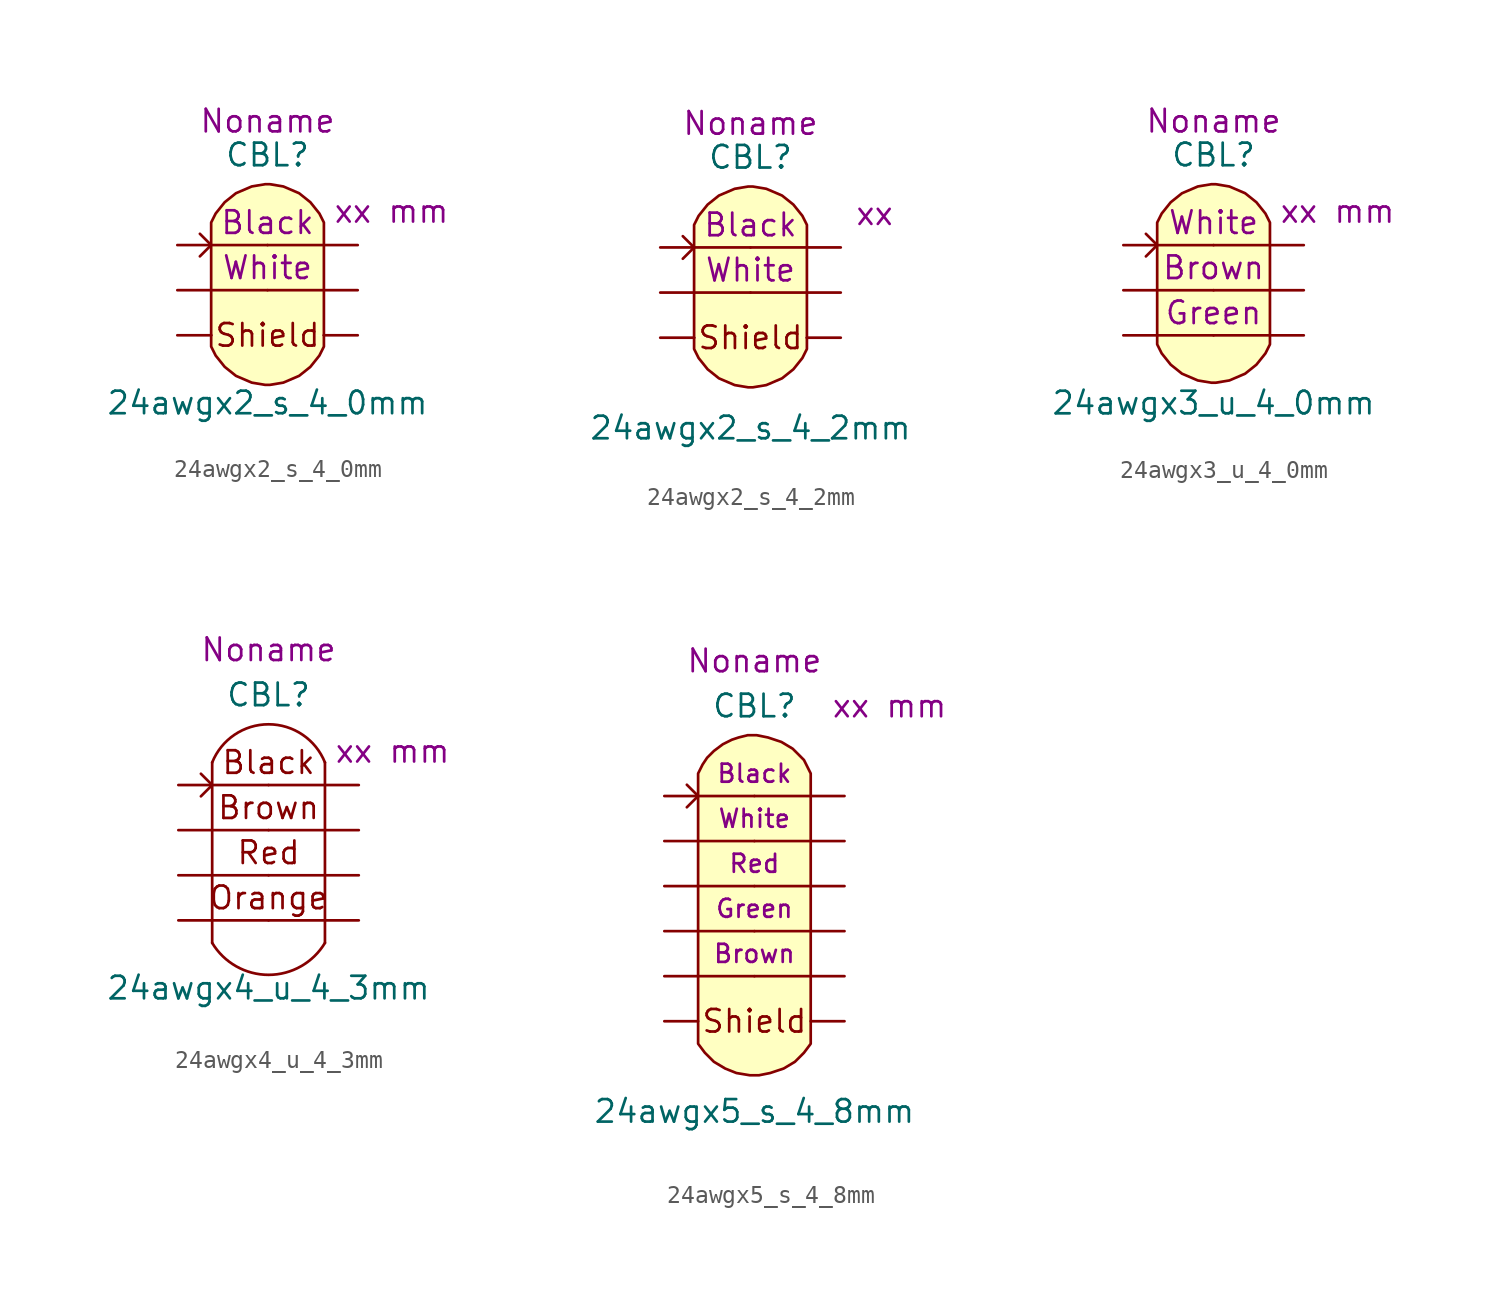
<source format=kicad_sym>
(kicad_symbol_lib
  (version 20220914)
  (generator kicad_symbol_editor)
  (symbol "24awgx2_s_4_0mm"
    (pin_numbers hide)
    (pin_names hide)
    (property "Reference" "CBL"
      (at 0 7.62 0)
      (effects (font (size 1.27 1.27))))
    (property "Value" "24awgx2_s_4_0mm"
      (at 0 -6.35 0)
      (effects (font (size 1.27 1.27))))
    (property "color1" "Black"
      (at 0 3.81 0)
      (effects (font (size 1.27 1.27))))
    (property "color2" "White"
      (at 0 1.27 0)
      (effects (font (size 1.27 1.27))))
    (property "Length" "xx mm"
      (at 6.985 4.445 0)
      (effects (font (size 1.27 1.27))))
    (property "Harness_name" "Noname"
      (at 0 9.525 0)
      (effects (font (size 1.27 1.27))))
    (symbol "24awgx2_s_4_0mm_0_1"
      (polyline (pts (xy -3.81 3.175) (xy -3.175 2.54) (xy -3.81 1.905)) (stroke (width 0) (type default)) (fill (type none)))
      (polyline (pts (xy -3.175 -2.54) (xy -3.175 3.81) (xy -2.921 4.318) (xy -2.413 4.953) (xy -1.778 5.461) (xy -0.889 5.842) (xy -0.127 5.969) (xy 0.127 5.969) (xy 0.889 5.842) (xy 1.778 5.461) (xy 2.413 4.953) (xy 2.921 4.318) (xy 3.175 3.81) (xy 3.175 -2.54)) (stroke (width 0.152) (type default)) (fill (type background)))
      (polyline (pts (xy 3.175 -2.54) (xy 3.175 -3.175) (xy 2.921 -3.683) (xy 2.413 -4.318) (xy 1.778 -4.826) (xy 0.889 -5.207) (xy 0.127 -5.334) (xy -0.127 -5.334) (xy -0.889 -5.207) (xy -1.778 -4.826) (xy -2.413 -4.318) (xy -2.921 -3.683) (xy -3.175 -3.175) (xy -3.175 -2.54)) (stroke (width 0.152) (type default)) (fill (type background))))
    (symbol "24awgx2_s_4_0mm_1_1"
      (text "Shield" (at 0 -2.54 0) (effects (font (size 1.27 1.27))))
      (pin passive line (at -5.08 2.54 0) (length 5.08) (name "C1.1" (effects (font (size 1.27 1.27)))) (number "1" (effects (font (size 1.27 1.27)))))
      (pin passive line (at 5.08 2.54 180) (length 5.08) (name "C1.2" (effects (font (size 1.27 1.27)))) (number "2" (effects (font (size 1.27 1.27)))))
      (pin passive line (at -5.08 0 0) (length 5.08) (name "C2.1" (effects (font (size 1.27 1.27)))) (number "3" (effects (font (size 1.27 1.27)))))
      (pin passive line (at 5.08 0 180) (length 5.08) (name "C2.2" (effects (font (size 1.27 1.27)))) (number "4" (effects (font (size 1.27 1.27)))))
      (pin passive line (at -5.08 -2.54 0) (length 1.905) (name "C3.1" (effects (font (size 1.27 1.27)))) (number "5" (effects (font (size 1.27 1.27)))))
      (pin passive line (at 5.08 -2.54 180) (length 1.905) (name "C3.2" (effects (font (size 1.27 1.27)))) (number "6" (effects (font (size 1.27 1.27)))))))
  (symbol "24awgx2_s_4_2mm"
    (pin_numbers hide)
    (pin_names hide)
    (property "Reference" "CBL"
      (at 0 7.62 0)
      (effects (font (size 1.27 1.27))))
    (property "Value" "24awgx2_s_4_2mm"
      (at 0 -7.62 0)
      (effects (font (size 1.27 1.27))))
    (property "color1" "Black"
      (at 0 3.81 0)
      (effects (font (size 1.27 1.27))))
    (property "color2" "White"
      (at 0 1.27 0)
      (effects (font (size 1.27 1.27))))
    (property "Length" "xx"
      (at 6.985 4.445 0)
      (effects (font (size 1.27 1.27))))
    (property "Harness_name" "Noname"
      (at 0 9.525 0)
      (effects (font (size 1.27 1.27))))
    (symbol "24awgx2_s_4_2mm_0_1"
      (polyline (pts (xy -3.81 3.175) (xy -3.175 2.54) (xy -3.81 1.905)) (stroke (width 0) (type default)) (fill (type none)))
      (polyline (pts (xy -3.175 -2.54) (xy -3.175 3.81) (xy -2.921 4.318) (xy -2.413 4.953) (xy -1.778 5.461) (xy -0.889 5.842) (xy -0.127 5.969) (xy 0.127 5.969) (xy 0.889 5.842) (xy 1.778 5.461) (xy 2.413 4.953) (xy 2.921 4.318) (xy 3.175 3.81) (xy 3.175 -2.54)) (stroke (width 0.152) (type default)) (fill (type background)))
      (polyline (pts (xy 3.175 -2.54) (xy 3.175 -3.175) (xy 2.921 -3.683) (xy 2.413 -4.318) (xy 1.778 -4.826) (xy 0.889 -5.207) (xy 0.127 -5.334) (xy -0.127 -5.334) (xy -0.889 -5.207) (xy -1.778 -4.826) (xy -2.413 -4.318) (xy -2.921 -3.683) (xy -3.175 -3.175) (xy -3.175 -2.54)) (stroke (width 0.152) (type default)) (fill (type background))))
    (symbol "24awgx2_s_4_2mm_1_1"
      (text "Shield" (at 0 -2.54 0) (effects (font (size 1.27 1.27))))
      (pin passive line (at -5.08 2.54 0) (length 5.08) (name "C1.1" (effects (font (size 1.27 1.27)))) (number "1" (effects (font (size 1.27 1.27)))))
      (pin passive line (at 5.08 2.54 180) (length 5.08) (name "C1.2" (effects (font (size 1.27 1.27)))) (number "2" (effects (font (size 1.27 1.27)))))
      (pin passive line (at -5.08 0 0) (length 5.08) (name "C2.1" (effects (font (size 1.27 1.27)))) (number "3" (effects (font (size 1.27 1.27)))))
      (pin passive line (at 5.08 0 180) (length 5.08) (name "C2.2" (effects (font (size 1.27 1.27)))) (number "4" (effects (font (size 1.27 1.27)))))
      (pin passive line (at -5.08 -2.54 0) (length 1.905) (name "C3.1" (effects (font (size 1.27 1.27)))) (number "5" (effects (font (size 1.27 1.27)))))
      (pin passive line (at 5.08 -2.54 180) (length 1.905) (name "C3.2" (effects (font (size 1.27 1.27)))) (number "6" (effects (font (size 1.27 1.27)))))))
  (symbol "24awgx3_u_4_0mm"
    (pin_numbers hide)
    (pin_names hide)
    (property "Reference" "CBL"
      (at 0 7.62 0)
      (effects (font (size 1.27 1.27))))
    (property "Value" "24awgx3_u_4_0mm"
      (at 0 -6.35 0)
      (effects (font (size 1.27 1.27))))
    (property "color1" "White"
      (at 0 3.81 0)
      (effects (font (size 1.27 1.27))))
    (property "color2" "Brown"
      (at 0 1.27 0)
      (effects (font (size 1.27 1.27))))
    (property "color3" "Green"
      (at 0 -1.27 0)
      (effects (font (size 1.27 1.27))))
    (property "Length" "xx mm"
      (at 6.985 4.445 0)
      (effects (font (size 1.27 1.27))))
    (property "Harness_name" "Noname"
      (at 0 9.525 0)
      (effects (font (size 1.27 1.27))))
    (symbol "24awgx3_u_4_0mm_0_1"
      (polyline (pts (xy -3.81 3.175) (xy -3.175 2.54) (xy -3.81 1.905)) (stroke (width 0) (type default)) (fill (type none)))
      (polyline (pts (xy -3.175 -2.54) (xy -3.175 3.81) (xy -2.921 4.318) (xy -2.413 4.953) (xy -1.778 5.461) (xy -0.889 5.842) (xy -0.127 5.969) (xy 0.127 5.969) (xy 0.889 5.842) (xy 1.778 5.461) (xy 2.413 4.953) (xy 2.921 4.318) (xy 3.175 3.81) (xy 3.175 -2.54)) (stroke (width 0.152) (type default)) (fill (type background)))
      (polyline (pts (xy 3.175 -2.54) (xy 3.175 -3.048) (xy 2.921 -3.556) (xy 2.413 -4.191) (xy 1.778 -4.699) (xy 0.889 -5.08) (xy 0.127 -5.207) (xy -0.127 -5.207) (xy -0.889 -5.08) (xy -1.778 -4.699) (xy -2.413 -4.191) (xy -2.921 -3.556) (xy -3.175 -3.048) (xy -3.175 -2.54)) (stroke (width 0.152) (type default)) (fill (type background))))
    (symbol "24awgx3_u_4_0mm_1_1"
      (pin passive line (at -5.08 2.54 0) (length 5.08) (name "C1.1" (effects (font (size 1.27 1.27)))) (number "1" (effects (font (size 1.27 1.27)))))
      (pin passive line (at 5.08 2.54 180) (length 5.08) (name "C1.2" (effects (font (size 1.27 1.27)))) (number "2" (effects (font (size 1.27 1.27)))))
      (pin passive line (at -5.08 0 0) (length 5.08) (name "C2.1" (effects (font (size 1.27 1.27)))) (number "3" (effects (font (size 1.27 1.27)))))
      (pin passive line (at 5.08 0 180) (length 5.08) (name "C2.2" (effects (font (size 1.27 1.27)))) (number "4" (effects (font (size 1.27 1.27)))))
      (pin passive line (at -5.08 -2.54 0) (length 5.08) (name "C3.1" (effects (font (size 1.27 1.27)))) (number "5" (effects (font (size 1.27 1.27)))))
      (pin passive line (at 5.08 -2.54 180) (length 5.08) (name "C3.2" (effects (font (size 1.27 1.27)))) (number "6" (effects (font (size 1.27 1.27)))))))
  (symbol "24awgx4_u_4_3mm"
    (pin_numbers hide)
    (pin_names hide)
    (property "Reference" "CBL"
      (at 0 8.89 0)
      (effects (font (size 1.27 1.27))))
    (property "Value" "24awgx4_u_4_3mm"
      (at 0 -7.62 0)
      (effects (font (size 1.27 1.27))))
    (property "Length" "xx mm"
      (at 6.985 5.715 0)
      (effects (font (size 1.27 1.27))))
    (property "Harness_name" "Noname"
      (at 0 11.43 0)
      (effects (font (size 1.27 1.27))))
    (symbol "24awgx4_u_4_3mm_0_0"
      (arc (start -3.175 -5.08) (mid 0 -6.8777) (end 3.175 -5.08) (stroke (width 0) (type default)) (fill (type none)))
      (polyline (pts (xy -3.175 5.08) (xy -3.175 -5.08)) (stroke (width 0) (type default)) (fill (type none)))
      (polyline (pts (xy 3.175 5.08) (xy 3.175 -5.08)) (stroke (width 0) (type default)) (fill (type none)))
      (arc (start 3.175 5.08) (mid 0 7.2296) (end -3.175 5.08) (stroke (width 0) (type default)) (fill (type none)))
      (text "Black" (at 0 5.08 0) (effects (font (size 1.27 1.27))))
      (text "Brown" (at 0 2.54 0) (effects (font (size 1.27 1.27))))
      (text "Orange" (at 0 -2.54 0) (effects (font (size 1.27 1.27))))
      (text "Red" (at 0 0 0) (effects (font (size 1.27 1.27))))
      (pin passive line (at -5.08 -3.81 0) (length 5.08) (name "C4.1" (effects (font (size 1.27 1.27)))) (number "7" (effects (font (size 1.27 1.27)))))
      (pin passive line (at 5.08 -3.81 180) (length 5.08) (name "C4.2" (effects (font (size 1.27 1.27)))) (number "8" (effects (font (size 1.27 1.27))))))
    (symbol "24awgx4_u_4_3mm_0_1"
      (polyline (pts (xy -3.81 4.445) (xy -3.175 3.81) (xy -3.81 3.175)) (stroke (width 0) (type default)) (fill (type none))))
    (symbol "24awgx4_u_4_3mm_1_1"
      (pin passive line (at -5.08 3.81 0) (length 5.08) (name "C1.1" (effects (font (size 1.27 1.27)))) (number "1" (effects (font (size 1.27 1.27)))))
      (pin passive line (at 5.08 3.81 180) (length 5.08) (name "C1.2" (effects (font (size 1.27 1.27)))) (number "2" (effects (font (size 1.27 1.27)))))
      (pin passive line (at -5.08 1.27 0) (length 5.08) (name "C2.1" (effects (font (size 1.27 1.27)))) (number "3" (effects (font (size 1.27 1.27)))))
      (pin passive line (at 5.08 1.27 180) (length 5.08) (name "C2.2" (effects (font (size 1.27 1.27)))) (number "4" (effects (font (size 1.27 1.27)))))
      (pin passive line (at -5.08 -1.27 0) (length 5.08) (name "C3.1" (effects (font (size 1.27 1.27)))) (number "5" (effects (font (size 1.27 1.27)))))
      (pin passive line (at 5.08 -1.27 180) (length 5.08) (name "C3.2" (effects (font (size 1.27 1.27)))) (number "6" (effects (font (size 1.27 1.27)))))))
  (symbol "24awgx5_s_4_8mm"
    (pin_numbers hide)
    (pin_names hide)
    (property "Reference" "CBL"
      (at 0 11.43 0)
      (effects (font (size 1.27 1.27))))
    (property "Value" "24awgx5_s_4_8mm"
      (at 0 -11.43 0)
      (effects (font (size 1.27 1.27))))
    (property "color1" "Black"
      (at 0 7.62 0)
      (effects (font (size 1.016 1.016))))
    (property "color2" "White"
      (at 0 5.08 0)
      (effects (font (size 1.016 1.016))))
    (property "color3" "Red"
      (at 0 2.54 0)
      (effects (font (size 1.016 1.016))))
    (property "color4" "Green"
      (at 0 0 0)
      (effects (font (size 1.016 1.016))))
    (property "color5" "Brown"
      (at 0 -2.54 0)
      (effects (font (size 1.016 1.016))))
    (property "Length" "xx mm"
      (at 7.62 11.43 0)
      (effects (font (size 1.27 1.27))))
    (property "Harness_name" "Noname"
      (at 0 13.97 0)
      (effects (font (size 1.27 1.27))))
    (symbol "24awgx5_s_4_8mm_0_0"
      (polyline (pts (xy 3.175 -7.62) (xy 3.175 7.62) (xy 2.794 8.382) (xy 2.159 9.017) (xy 1.524 9.398) (xy 0.762 9.652) (xy 0.127 9.779) (xy -0.127 9.779) (xy -0.381 9.779) (xy -0.889 9.652) (xy -1.27 9.525) (xy -1.778 9.271) (xy -2.286 8.89) (xy -2.667 8.509) (xy -2.921 8.128) (xy -3.175 7.62) (xy -3.175 -7.62) (xy -2.794 -8.128) (xy -2.286 -8.636) (xy -1.651 -9.017) (xy -1.016 -9.271) (xy -0.254 -9.398) (xy 0.254 -9.398) (xy 0.889 -9.271) (xy 1.651 -9.017) (xy 2.286 -8.636) (xy 2.794 -8.128) (xy 3.175 -7.62)) (stroke (width 0.152) (type default)) (fill (type background)))
      (text "Shield" (at 0 -6.35 0) (effects (font (size 1.27 1.27))))
      (pin passive line (at 5.08 -3.81 180) (length 5.08) (name "C5.2" (effects (font (size 1.27 1.27)))) (number "10" (effects (font (size 1.27 1.27)))))
      (pin passive line (at -5.08 -6.35 0) (length 1.905) (name "C6.1" (effects (font (size 1.27 1.27)))) (number "11" (effects (font (size 1.27 1.27)))))
      (pin passive line (at 5.08 -6.35 180) (length 1.905) (name "C6.2" (effects (font (size 1.27 1.27)))) (number "12" (effects (font (size 1.27 1.27)))))
      (pin passive line (at 5.08 6.35 180) (length 5.08) (name "C1.2" (effects (font (size 1.27 1.27)))) (number "2" (effects (font (size 1.27 1.27)))))
      (pin passive line (at 5.08 3.81 180) (length 5.08) (name "C2.2" (effects (font (size 1.27 1.27)))) (number "4" (effects (font (size 1.27 1.27)))))
      (pin passive line (at 5.08 1.27 180) (length 5.08) (name "C3.2" (effects (font (size 1.27 1.27)))) (number "6" (effects (font (size 1.27 1.27)))))
      (pin passive line (at -5.08 -1.27 0) (length 5.08) (name "C4.1" (effects (font (size 1.27 1.27)))) (number "7" (effects (font (size 1.27 1.27)))))
      (pin passive line (at 5.08 -1.27 180) (length 5.08) (name "C4.2" (effects (font (size 1.27 1.27)))) (number "8" (effects (font (size 1.27 1.27)))))
      (pin passive line (at -5.08 -3.81 0) (length 5.08) (name "C5.1" (effects (font (size 1.27 1.27)))) (number "9" (effects (font (size 1.27 1.27))))))
    (symbol "24awgx5_s_4_8mm_0_1"
      (polyline (pts (xy -3.81 6.985) (xy -3.175 6.35) (xy -3.81 5.715)) (stroke (width 0) (type default)) (fill (type none))))
    (symbol "24awgx5_s_4_8mm_1_1"
      (pin passive line (at -5.08 6.35 0) (length 5.08) (name "C1.1" (effects (font (size 1.27 1.27)))) (number "1" (effects (font (size 1.27 1.27)))))
      (pin passive line (at -5.08 3.81 0) (length 5.08) (name "C2.1" (effects (font (size 1.27 1.27)))) (number "3" (effects (font (size 1.27 1.27)))))
      (pin passive line (at -5.08 1.27 0) (length 5.08) (name "C3.1" (effects (font (size 1.27 1.27)))) (number "5" (effects (font (size 1.27 1.27))))))))
</source>
